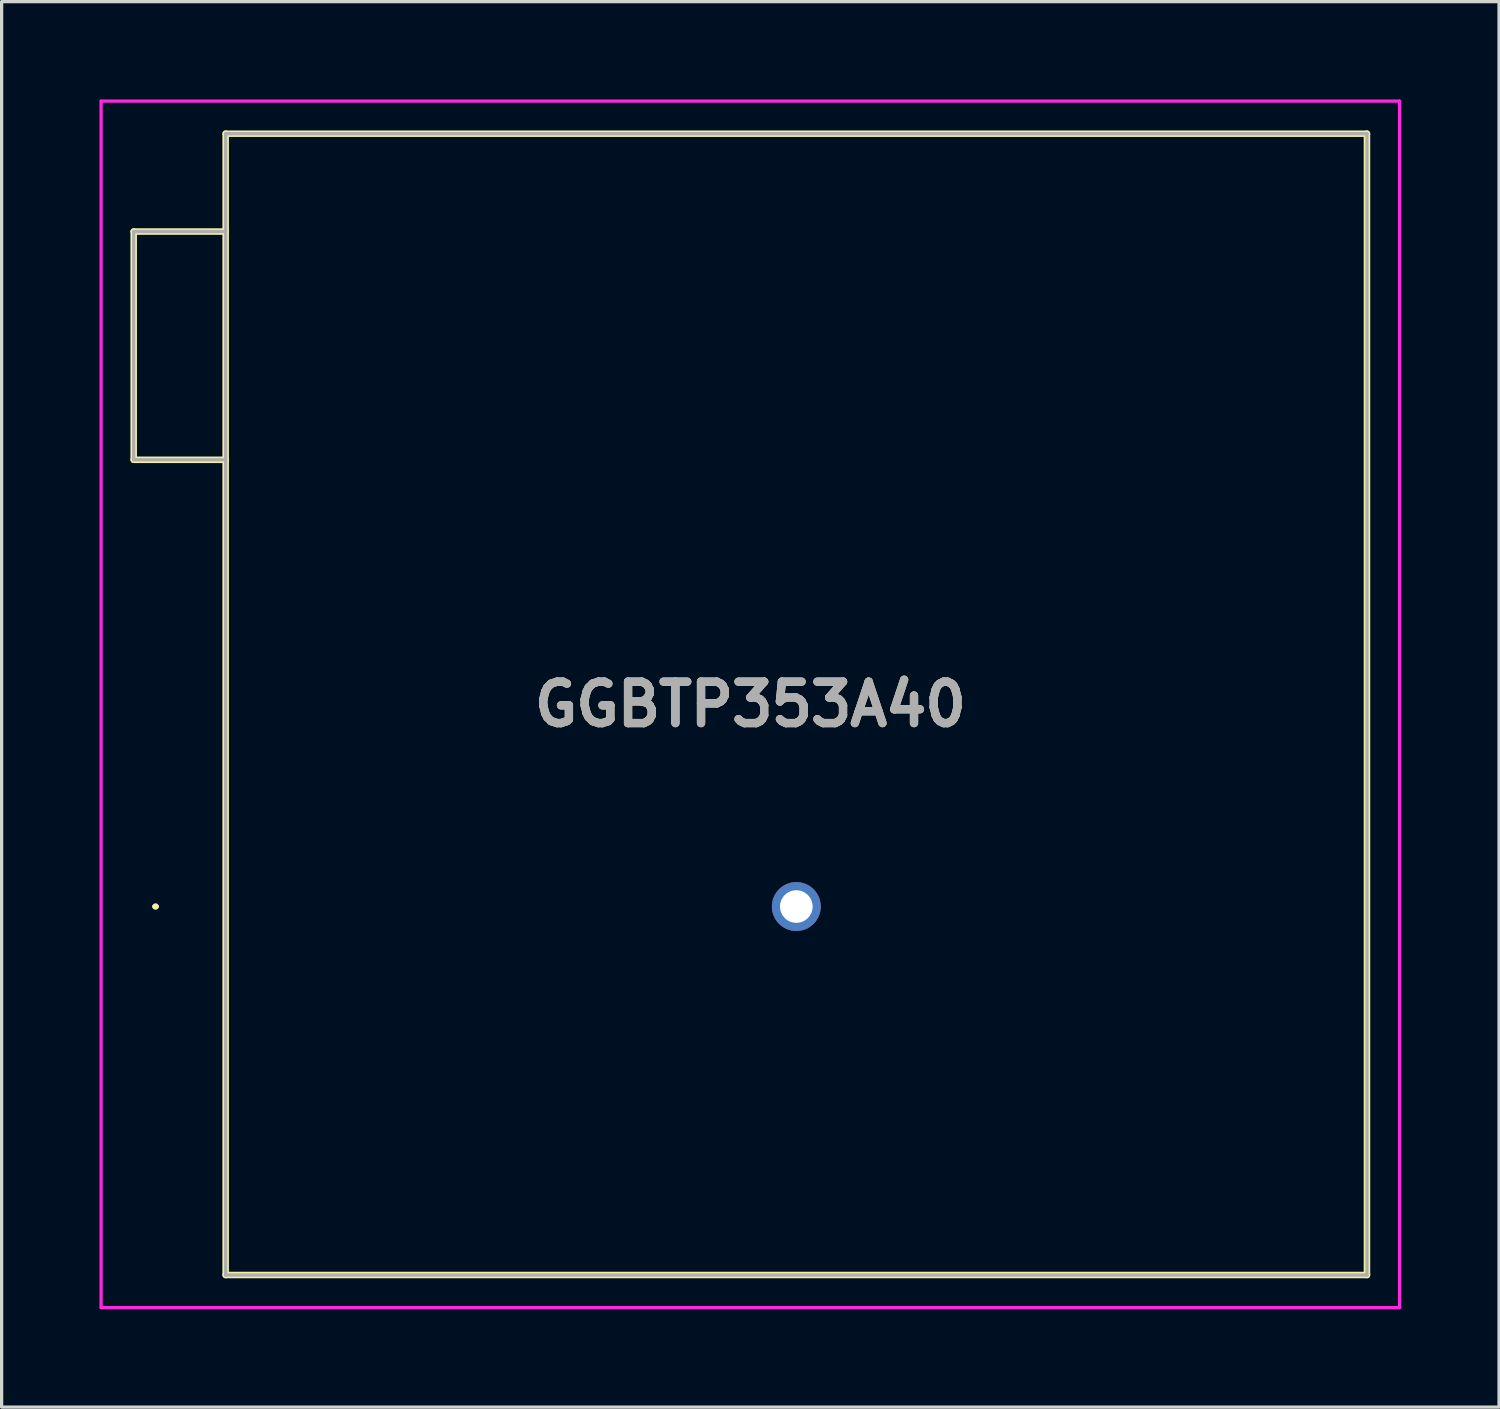
<source format=kicad_pcb>
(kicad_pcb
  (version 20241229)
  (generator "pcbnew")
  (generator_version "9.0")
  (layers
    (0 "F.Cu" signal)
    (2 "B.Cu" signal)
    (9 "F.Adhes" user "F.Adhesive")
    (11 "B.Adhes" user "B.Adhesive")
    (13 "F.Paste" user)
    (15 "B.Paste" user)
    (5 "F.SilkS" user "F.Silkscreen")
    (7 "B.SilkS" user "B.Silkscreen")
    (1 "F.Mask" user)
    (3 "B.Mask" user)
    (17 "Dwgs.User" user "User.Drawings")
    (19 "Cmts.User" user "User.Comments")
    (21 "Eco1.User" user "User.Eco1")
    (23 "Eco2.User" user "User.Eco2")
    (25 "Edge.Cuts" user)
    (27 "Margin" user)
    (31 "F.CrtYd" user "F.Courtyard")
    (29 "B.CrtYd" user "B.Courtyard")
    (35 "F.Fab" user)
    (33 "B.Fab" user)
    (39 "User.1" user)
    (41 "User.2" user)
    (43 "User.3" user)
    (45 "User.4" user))
  (footprint "GGBTP353A40"
    (layer "F.Cu")
    (at 21.37 24.75)
    (property "Reference" "GGBTP353A40" (at -1.41 -6.2 0) (layer "F.SilkS") (effects (font (size 1.27 1.27) (thickness 0.254))))
    (attr through_hole)
    (fp_line (start -20.32 -20.7) (end -20.32 -13.7) (stroke (width 0.2) (type solid)) (layer "F.SilkS"))
    (fp_line (start -20.32 -13.7) (end -17.5 -13.7) (stroke (width 0.2) (type solid)) (layer "F.SilkS"))
    (fp_line (start -19.7 0) (end -19.7 0) (stroke (width 0.1) (type solid)) (layer "F.SilkS"))
    (fp_line (start -19.6 0) (end -19.6 0) (stroke (width 0.1) (type solid)) (layer "F.SilkS"))
    (fp_line (start -17.5 -23.7) (end 17.5 -23.7) (stroke (width 0.2) (type solid)) (layer "F.SilkS"))
    (fp_line (start -17.5 -20.7) (end -20.32 -20.7) (stroke (width 0.2) (type solid)) (layer "F.SilkS"))
    (fp_line (start -17.5 11.3) (end -17.5 -23.7) (stroke (width 0.2) (type solid)) (layer "F.SilkS"))
    (fp_line (start 17.5 -23.7) (end 17.5 11.3) (stroke (width 0.2) (type solid)) (layer "F.SilkS"))
    (fp_line (start 17.5 11.3) (end -17.5 11.3) (stroke (width 0.2) (type solid)) (layer "F.SilkS"))
    (fp_arc (start -19.7 0) (mid -19.65 -0.05) (end -19.6 0) (stroke (width 0.1) (type solid)) (layer "F.SilkS"))
    (fp_arc (start -19.6 0) (mid -19.65 0.05) (end -19.7 0) (stroke (width 0.1) (type solid)) (layer "F.SilkS"))
    (fp_line (start -21.32 -24.7) (end 18.5 -24.7) (stroke (width 0.1) (type solid)) (layer "F.CrtYd"))
    (fp_line (start -21.32 12.3) (end -21.32 -24.7) (stroke (width 0.1) (type solid)) (layer "F.CrtYd"))
    (fp_line (start 18.5 -24.7) (end 18.5 12.3) (stroke (width 0.1) (type solid)) (layer "F.CrtYd"))
    (fp_line (start 18.5 12.3) (end -21.32 12.3) (stroke (width 0.1) (type solid)) (layer "F.CrtYd"))
    (fp_line (start -20.32 -20.7) (end -20.32 -13.7) (stroke (width 0.1) (type solid)) (layer "F.Fab"))
    (fp_line (start -20.32 -13.7) (end -17.5 -13.7) (stroke (width 0.1) (type solid)) (layer "F.Fab"))
    (fp_line (start -17.5 -23.7) (end 17.5 -23.7) (stroke (width 0.1) (type solid)) (layer "F.Fab"))
    (fp_line (start -17.5 -20.7) (end -20.32 -20.7) (stroke (width 0.1) (type solid)) (layer "F.Fab"))
    (fp_line (start -17.5 11.3) (end -17.5 -23.7) (stroke (width 0.1) (type solid)) (layer "F.Fab"))
    (fp_line (start 17.5 -23.7) (end 17.5 11.3) (stroke (width 0.1) (type solid)) (layer "F.Fab"))
    (fp_line (start 17.5 11.3) (end -17.5 11.3) (stroke (width 0.1) (type solid)) (layer "F.Fab"))
    (fp_text user "${REFERENCE}" (at -1.41 -6.2 0) (layer "F.Fab") (effects (font (size 1.27 1.27) (thickness 0.254))))
    (pad "1" thru_hole circle (at 0 0) (size 1.5 1.5) (drill 1) (layers "*.Cu" "*.Mask")))
  (gr_rect
    (start -3 -3)
    (end 42.92 40.1)
    (stroke (width 0.1) (type default))
    (fill no)
    (layer "Edge.Cuts")))
</source>
